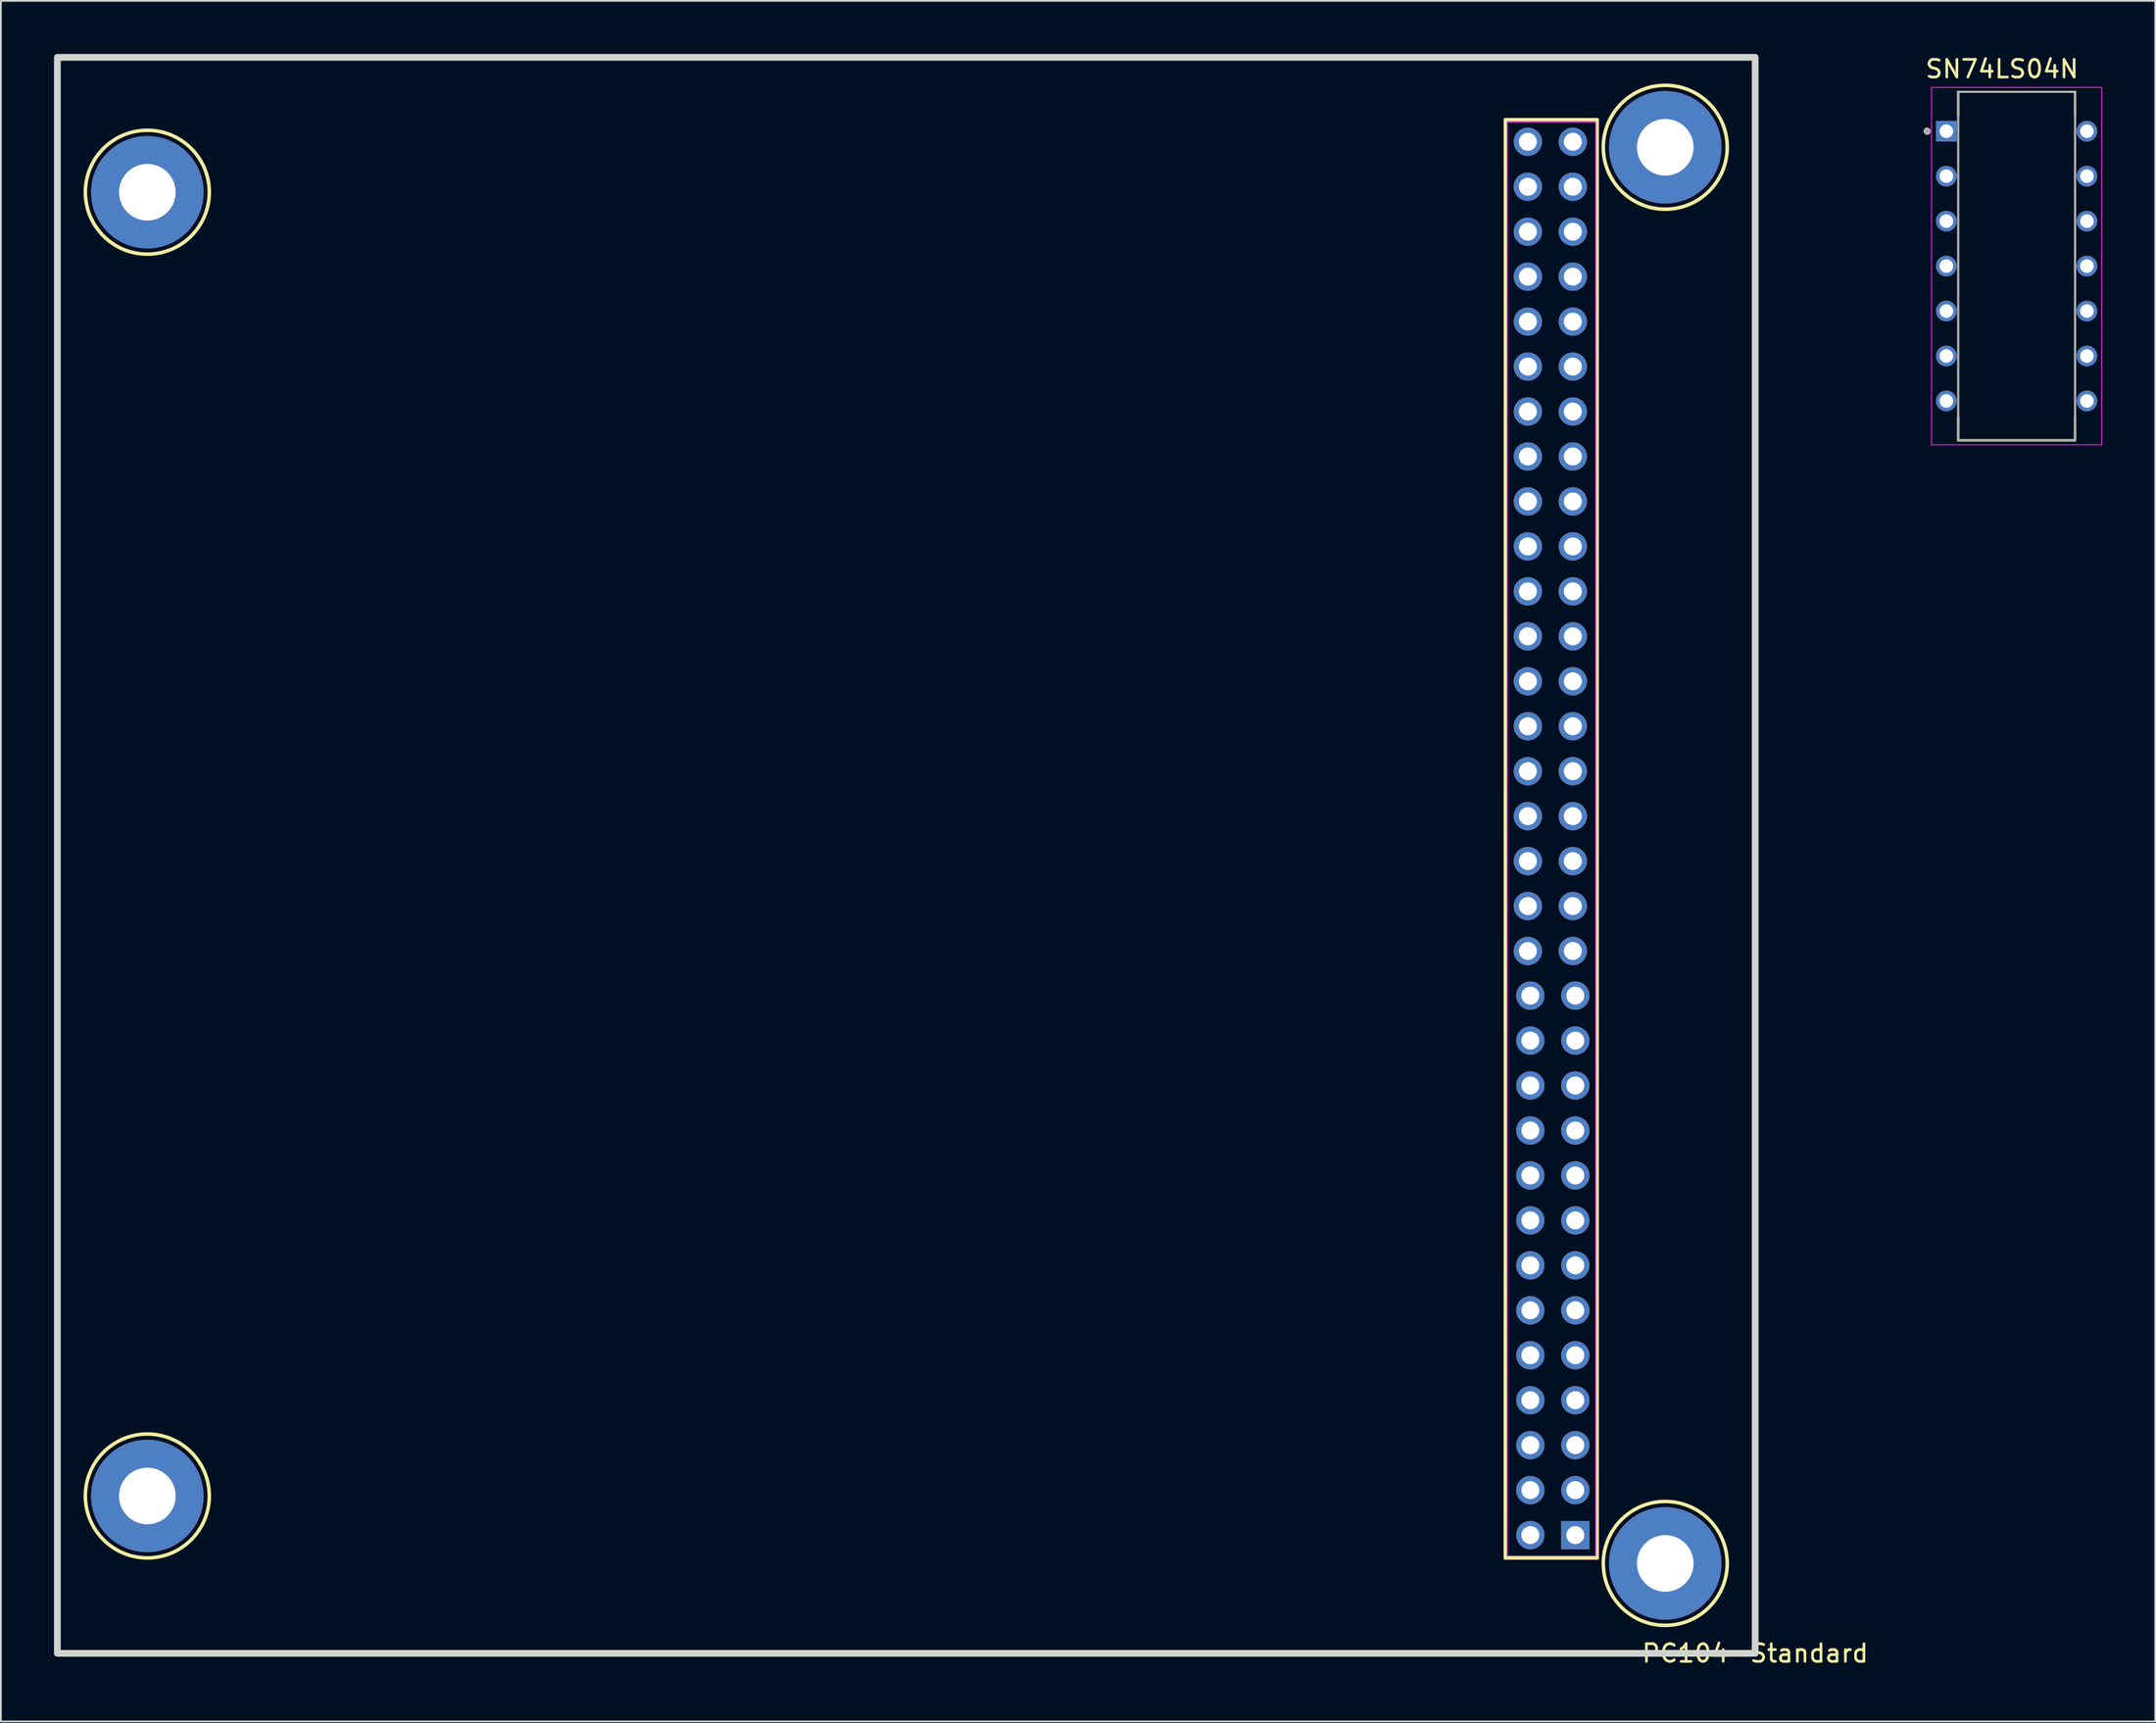
<source format=kicad_pcb>
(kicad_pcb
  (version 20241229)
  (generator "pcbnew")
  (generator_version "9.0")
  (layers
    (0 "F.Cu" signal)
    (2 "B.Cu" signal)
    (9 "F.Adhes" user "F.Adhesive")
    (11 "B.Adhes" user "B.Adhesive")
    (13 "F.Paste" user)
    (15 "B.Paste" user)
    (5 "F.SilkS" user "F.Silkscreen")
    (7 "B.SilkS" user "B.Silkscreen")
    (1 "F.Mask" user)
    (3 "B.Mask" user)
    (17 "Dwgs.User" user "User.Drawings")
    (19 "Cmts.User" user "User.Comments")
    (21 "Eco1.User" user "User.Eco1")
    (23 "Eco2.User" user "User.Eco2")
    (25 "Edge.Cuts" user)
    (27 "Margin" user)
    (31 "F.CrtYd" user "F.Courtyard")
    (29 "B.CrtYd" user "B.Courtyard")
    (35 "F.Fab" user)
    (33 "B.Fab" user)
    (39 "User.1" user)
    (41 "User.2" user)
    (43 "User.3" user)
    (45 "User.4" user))
  (footprint "PC104-Standard"
    (layer "F.Cu")
    (at 96.081 90.361)
    (property "Reference" "PC104-Standard" (at 0 0 0) (layer "F.SilkS") (effects (font (size 1 1) (thickness 0.15))))
    (attr through_hole)
    (fp_line (start -14.105 -86.645) (end -14.11 -5.39) (stroke (width 0.2) (type solid)) (layer "F.SilkS"))
    (fp_line (start -14.105 -86.645) (end -8.93 -86.645) (stroke (width 0.2) (type solid)) (layer "F.SilkS"))
    (fp_line (start -8.93 -86.645) (end -8.93 -5.395) (stroke (width 0.2) (type solid)) (layer "F.SilkS"))
    (fp_line (start -8.93 -5.39) (end -14.11 -5.39) (stroke (width 0.2) (type solid)) (layer "F.SilkS"))
    (fp_circle (center -90.81 -82.55) (end -87.31 -82.55) (stroke (width 0.2) (type solid)) (fill no) (layer "F.SilkS"))
    (fp_circle (center -90.81 -8.89) (end -87.31 -8.89) (stroke (width 0.2) (type solid)) (fill no) (layer "F.SilkS"))
    (fp_circle (center -5.08 -85.09) (end -1.58 -85.09) (stroke (width 0.2) (type solid)) (fill no) (layer "F.SilkS"))
    (fp_circle (center -5.08 -5.08) (end -1.58 -5.08) (stroke (width 0.2) (type solid)) (fill no) (layer "F.SilkS"))
    (fp_rect (start -95.89 0) (end 0 -90.17) (stroke (width 0.381) (type default)) (fill no) (layer "Edge.Cuts"))
    (fp_rect (start -14 -86.5) (end -9 -5.5) (stroke (width 0.05) (type default)) (fill no) (layer "F.CrtYd"))
    (pad "" thru_hole circle (at -90.81 -82.55) (size 6.35 6.35) (drill 3.2) (layers "*.Cu" "*.Mask"))
    (pad "" thru_hole circle (at -90.81 -8.89) (size 6.35 6.35) (drill 3.2) (layers "*.Cu" "*.Mask"))
    (pad "" thru_hole circle (at -5.08 -85.09) (size 6.35 6.35) (drill 3.2) (layers "*.Cu" "*.Mask"))
    (pad "" thru_hole circle (at -5.08 -5.08) (size 6.35 6.35) (drill 3.2) (layers "*.Cu" "*.Mask"))
    (pad "1" thru_hole rect (at -10.16 -6.68) (size 1.6 1.6) (drill 1.016) (layers "*.Cu" "*.Mask"))
    (pad "2" thru_hole circle (at -12.7 -6.68) (size 1.6 1.6) (drill 1.016) (layers "*.Cu" "*.Mask"))
    (pad "3" thru_hole circle (at -10.16 -9.22) (size 1.6 1.6) (drill 1.016) (layers "*.Cu" "*.Mask"))
    (pad "4" thru_hole circle (at -12.7 -9.22) (size 1.6 1.6) (drill 1.016) (layers "*.Cu" "*.Mask"))
    (pad "5" thru_hole circle (at -10.16 -11.76) (size 1.6 1.6) (drill 1.016) (layers "*.Cu" "*.Mask"))
    (pad "6" thru_hole circle (at -12.7 -11.76) (size 1.6 1.6) (drill 1.016) (layers "*.Cu" "*.Mask"))
    (pad "7" thru_hole circle (at -10.16 -14.3) (size 1.6 1.6) (drill 1.016) (layers "*.Cu" "*.Mask"))
    (pad "8" thru_hole circle (at -12.7 -14.3) (size 1.6 1.6) (drill 1.016) (layers "*.Cu" "*.Mask"))
    (pad "9" thru_hole circle (at -10.16 -16.84) (size 1.6 1.6) (drill 1.016) (layers "*.Cu" "*.Mask"))
    (pad "10" thru_hole circle (at -12.7 -16.84) (size 1.6 1.6) (drill 1.016) (layers "*.Cu" "*.Mask"))
    (pad "11" thru_hole circle (at -10.16 -19.38) (size 1.6 1.6) (drill 1.016) (layers "*.Cu" "*.Mask"))
    (pad "12" thru_hole circle (at -12.7 -19.38) (size 1.6 1.6) (drill 1.016) (layers "*.Cu" "*.Mask"))
    (pad "13" thru_hole circle (at -10.16 -21.92) (size 1.6 1.6) (drill 1.016) (layers "*.Cu" "*.Mask"))
    (pad "14" thru_hole circle (at -12.7 -21.92) (size 1.6 1.6) (drill 1.016) (layers "*.Cu" "*.Mask"))
    (pad "15" thru_hole circle (at -10.16 -24.46) (size 1.6 1.6) (drill 1.016) (layers "*.Cu" "*.Mask"))
    (pad "16" thru_hole circle (at -12.7 -24.46) (size 1.6 1.6) (drill 1.016) (layers "*.Cu" "*.Mask"))
    (pad "17" thru_hole circle (at -10.16 -27) (size 1.6 1.6) (drill 1.016) (layers "*.Cu" "*.Mask"))
    (pad "18" thru_hole circle (at -12.7 -27) (size 1.6 1.6) (drill 1.016) (layers "*.Cu" "*.Mask"))
    (pad "19" thru_hole circle (at -10.16 -29.54) (size 1.6 1.6) (drill 1.016) (layers "*.Cu" "*.Mask"))
    (pad "20" thru_hole circle (at -12.7 -29.54) (size 1.6 1.6) (drill 1.016) (layers "*.Cu" "*.Mask"))
    (pad "21" thru_hole circle (at -10.16 -32.08) (size 1.6 1.6) (drill 1.016) (layers "*.Cu" "*.Mask"))
    (pad "22" thru_hole circle (at -12.7 -32.08) (size 1.6 1.6) (drill 1.016) (layers "*.Cu" "*.Mask"))
    (pad "23" thru_hole circle (at -10.16 -34.62) (size 1.6 1.6) (drill 1.016) (layers "*.Cu" "*.Mask"))
    (pad "24" thru_hole circle (at -12.7 -34.62) (size 1.6 1.6) (drill 1.016) (layers "*.Cu" "*.Mask"))
    (pad "25" thru_hole circle (at -10.16 -37.16) (size 1.6 1.6) (drill 1.016) (layers "*.Cu" "*.Mask"))
    (pad "26" thru_hole circle (at -12.7 -37.16) (size 1.6 1.6) (drill 1.016) (layers "*.Cu" "*.Mask"))
    (pad "27" thru_hole circle (at -10.3 -39.68) (size 1.6 1.6) (drill 1.016) (layers "*.Cu" "*.Mask"))
    (pad "28" thru_hole circle (at -12.84 -39.68) (size 1.6 1.6) (drill 1.016) (layers "*.Cu" "*.Mask"))
    (pad "29" thru_hole circle (at -10.3 -42.22) (size 1.6 1.6) (drill 1.016) (layers "*.Cu" "*.Mask"))
    (pad "30" thru_hole circle (at -12.84 -42.22) (size 1.6 1.6) (drill 1.016) (layers "*.Cu" "*.Mask"))
    (pad "31" thru_hole circle (at -10.3 -44.76) (size 1.6 1.6) (drill 1.016) (layers "*.Cu" "*.Mask"))
    (pad "32" thru_hole circle (at -12.84 -44.76) (size 1.6 1.6) (drill 1.016) (layers "*.Cu" "*.Mask"))
    (pad "33" thru_hole circle (at -10.3 -47.3) (size 1.6 1.6) (drill 1.016) (layers "*.Cu" "*.Mask"))
    (pad "34" thru_hole circle (at -12.84 -47.3) (size 1.6 1.6) (drill 1.016) (layers "*.Cu" "*.Mask"))
    (pad "35" thru_hole circle (at -10.3 -49.84) (size 1.6 1.6) (drill 1.016) (layers "*.Cu" "*.Mask"))
    (pad "36" thru_hole circle (at -12.84 -49.84) (size 1.6 1.6) (drill 1.016) (layers "*.Cu" "*.Mask"))
    (pad "37" thru_hole circle (at -10.3 -52.38) (size 1.6 1.6) (drill 1.016) (layers "*.Cu" "*.Mask"))
    (pad "38" thru_hole circle (at -12.84 -52.38) (size 1.6 1.6) (drill 1.016) (layers "*.Cu" "*.Mask"))
    (pad "39" thru_hole circle (at -10.3 -54.92) (size 1.6 1.6) (drill 1.016) (layers "*.Cu" "*.Mask"))
    (pad "40" thru_hole circle (at -12.84 -54.92) (size 1.6 1.6) (drill 1.016) (layers "*.Cu" "*.Mask"))
    (pad "41" thru_hole circle (at -10.3 -57.46) (size 1.6 1.6) (drill 1.016) (layers "*.Cu" "*.Mask"))
    (pad "42" thru_hole circle (at -12.84 -57.46) (size 1.6 1.6) (drill 1.016) (layers "*.Cu" "*.Mask"))
    (pad "43" thru_hole circle (at -10.3 -60) (size 1.6 1.6) (drill 1.016) (layers "*.Cu" "*.Mask"))
    (pad "44" thru_hole circle (at -12.84 -60) (size 1.6 1.6) (drill 1.016) (layers "*.Cu" "*.Mask"))
    (pad "45" thru_hole circle (at -10.3 -62.54) (size 1.6 1.6) (drill 1.016) (layers "*.Cu" "*.Mask"))
    (pad "46" thru_hole circle (at -12.84 -62.54) (size 1.6 1.6) (drill 1.016) (layers "*.Cu" "*.Mask"))
    (pad "47" thru_hole circle (at -10.3 -65.08) (size 1.6 1.6) (drill 1.016) (layers "*.Cu" "*.Mask"))
    (pad "48" thru_hole circle (at -12.84 -65.08) (size 1.6 1.6) (drill 1.016) (layers "*.Cu" "*.Mask"))
    (pad "49" thru_hole circle (at -10.3 -67.62) (size 1.6 1.6) (drill 1.016) (layers "*.Cu" "*.Mask"))
    (pad "50" thru_hole circle (at -12.84 -67.62) (size 1.6 1.6) (drill 1.016) (layers "*.Cu" "*.Mask"))
    (pad "51" thru_hole circle (at -10.3 -70.16) (size 1.6 1.6) (drill 1.016) (layers "*.Cu" "*.Mask"))
    (pad "52" thru_hole circle (at -12.84 -70.16) (size 1.6 1.6) (drill 1.016) (layers "*.Cu" "*.Mask"))
    (pad "53" thru_hole circle (at -10.3 -72.7) (size 1.6 1.6) (drill 1.016) (layers "*.Cu" "*.Mask"))
    (pad "54" thru_hole circle (at -12.84 -72.7) (size 1.6 1.6) (drill 1.016) (layers "*.Cu" "*.Mask"))
    (pad "55" thru_hole circle (at -10.3 -75.24) (size 1.6 1.6) (drill 1.016) (layers "*.Cu" "*.Mask"))
    (pad "56" thru_hole circle (at -12.84 -75.24) (size 1.6 1.6) (drill 1.016) (layers "*.Cu" "*.Mask"))
    (pad "57" thru_hole circle (at -10.3 -77.78) (size 1.6 1.6) (drill 1.016) (layers "*.Cu" "*.Mask"))
    (pad "58" thru_hole circle (at -12.84 -77.78) (size 1.6 1.6) (drill 1.016) (layers "*.Cu" "*.Mask"))
    (pad "59" thru_hole circle (at -10.3 -80.32) (size 1.6 1.6) (drill 1.016) (layers "*.Cu" "*.Mask"))
    (pad "60" thru_hole circle (at -12.84 -80.32) (size 1.6 1.6) (drill 1.016) (layers "*.Cu" "*.Mask"))
    (pad "61" thru_hole circle (at -10.3 -82.86) (size 1.6 1.6) (drill 1.016) (layers "*.Cu" "*.Mask"))
    (pad "62" thru_hole circle (at -12.84 -82.86) (size 1.6 1.6) (drill 1.016) (layers "*.Cu" "*.Mask"))
    (pad "63" thru_hole circle (at -10.3 -85.4) (size 1.6 1.6) (drill 1.016) (layers "*.Cu" "*.Mask"))
    (pad "64" thru_hole circle (at -12.84 -85.4) (size 1.6 1.6) (drill 1.016) (layers "*.Cu" "*.Mask")))
  (footprint "SN74LS04N"
    (layer "F.Cu")
    (at 110.846 11.983)
    (property "Reference" "SN74LS04N" (at -0.825 -11.135 0) (layer "F.SilkS") (effects (font (size 1 1) (thickness 0.15))))
    (attr through_hole)
    (fp_line (start -3.3 -9.845) (end 3.3 -9.845) (stroke (width 0.127) (type solid)) (layer "F.SilkS"))
    (fp_line (start -3.3 -8.525) (end -3.3 -9.845) (stroke (width 0.127) (type solid)) (layer "F.SilkS"))
    (fp_line (start -3.3 9.845) (end -3.3 8.525) (stroke (width 0.127) (type solid)) (layer "F.SilkS"))
    (fp_line (start 3.3 -9.845) (end 3.3 -8.525) (stroke (width 0.127) (type solid)) (layer "F.SilkS"))
    (fp_line (start 3.3 8.525) (end 3.3 9.845) (stroke (width 0.127) (type solid)) (layer "F.SilkS"))
    (fp_line (start 3.3 9.845) (end -3.3 9.845) (stroke (width 0.127) (type solid)) (layer "F.SilkS"))
    (fp_circle (center -5.055 -7.62) (end -4.955 -7.62) (stroke (width 0.2) (type solid)) (fill no) (layer "F.SilkS"))
    (fp_line (start -4.805 -10.095) (end -4.805 10.095) (stroke (width 0.05) (type solid)) (layer "F.CrtYd"))
    (fp_line (start 4.805 -10.095) (end -4.805 -10.095) (stroke (width 0.05) (type solid)) (layer "F.CrtYd"))
    (fp_line (start 4.805 -10.095) (end 4.805 10.095) (stroke (width 0.05) (type solid)) (layer "F.CrtYd"))
    (fp_line (start 4.805 10.095) (end -4.805 10.095) (stroke (width 0.05) (type solid)) (layer "F.CrtYd"))
    (fp_line (start -3.3 -9.845) (end -3.3 9.845) (stroke (width 0.127) (type solid)) (layer "F.Fab"))
    (fp_line (start -3.3 -9.845) (end 3.3 -9.845) (stroke (width 0.127) (type solid)) (layer "F.Fab"))
    (fp_line (start -3.3 9.845) (end 3.3 9.845) (stroke (width 0.127) (type solid)) (layer "F.Fab"))
    (fp_line (start 3.3 -9.845) (end 3.3 9.845) (stroke (width 0.127) (type solid)) (layer "F.Fab"))
    (fp_circle (center -5.055 -7.62) (end -4.955 -7.62) (stroke (width 0.2) (type solid)) (fill no) (layer "F.Fab"))
    (pad "1" thru_hole rect (at -3.97 -7.62) (size 1.17 1.17) (drill 0.77) (layers "*.Cu" "*.Mask"))
    (pad "2" thru_hole circle (at -3.97 -5.08) (size 1.17 1.17) (drill 0.77) (layers "*.Cu" "*.Mask"))
    (pad "3" thru_hole circle (at -3.97 -2.54) (size 1.17 1.17) (drill 0.77) (layers "*.Cu" "*.Mask"))
    (pad "4" thru_hole circle (at -3.97 0) (size 1.17 1.17) (drill 0.77) (layers "*.Cu" "*.Mask"))
    (pad "5" thru_hole circle (at -3.97 2.54) (size 1.17 1.17) (drill 0.77) (layers "*.Cu" "*.Mask"))
    (pad "6" thru_hole circle (at -3.97 5.08) (size 1.17 1.17) (drill 0.77) (layers "*.Cu" "*.Mask"))
    (pad "7" thru_hole circle (at -3.97 7.62) (size 1.17 1.17) (drill 0.77) (layers "*.Cu" "*.Mask"))
    (pad "8" thru_hole circle (at 3.97 7.62) (size 1.17 1.17) (drill 0.77) (layers "*.Cu" "*.Mask"))
    (pad "9" thru_hole circle (at 3.97 5.08) (size 1.17 1.17) (drill 0.77) (layers "*.Cu" "*.Mask"))
    (pad "10" thru_hole circle (at 3.97 2.54) (size 1.17 1.17) (drill 0.77) (layers "*.Cu" "*.Mask"))
    (pad "11" thru_hole circle (at 3.97 0) (size 1.17 1.17) (drill 0.77) (layers "*.Cu" "*.Mask"))
    (pad "12" thru_hole circle (at 3.97 -2.54) (size 1.17 1.17) (drill 0.77) (layers "*.Cu" "*.Mask"))
    (pad "13" thru_hole circle (at 3.97 -5.08) (size 1.17 1.17) (drill 0.77) (layers "*.Cu" "*.Mask"))
    (pad "14" thru_hole circle (at 3.97 -7.62) (size 1.17 1.17) (drill 0.77) (layers "*.Cu" "*.Mask")))
  (gr_rect
    (start -3 -3)
    (end 118.676 94.209)
    (stroke (width 0.1) (type default))
    (fill no)
    (layer "Edge.Cuts")))
</source>
